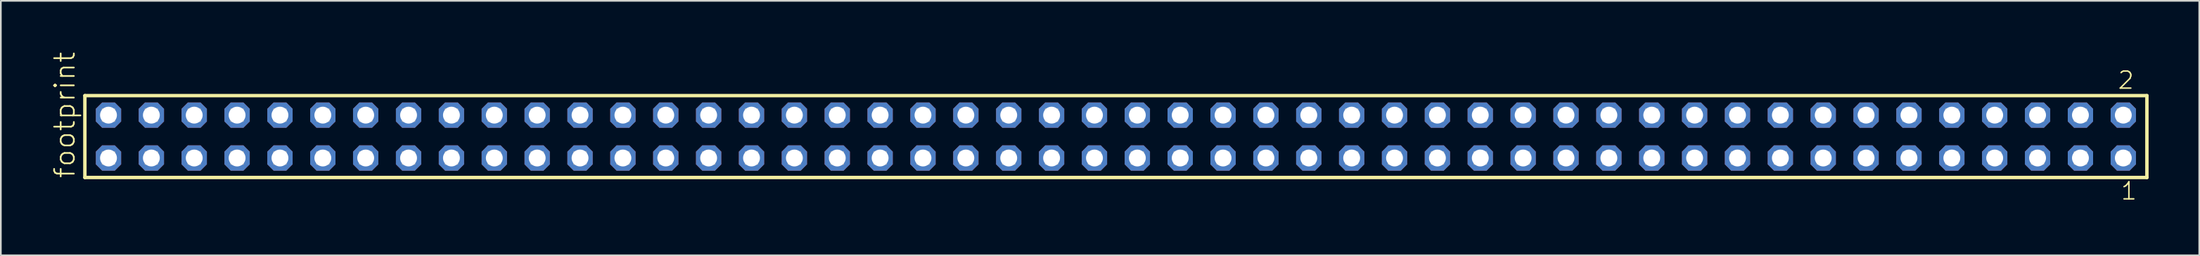
<source format=kicad_pcb>
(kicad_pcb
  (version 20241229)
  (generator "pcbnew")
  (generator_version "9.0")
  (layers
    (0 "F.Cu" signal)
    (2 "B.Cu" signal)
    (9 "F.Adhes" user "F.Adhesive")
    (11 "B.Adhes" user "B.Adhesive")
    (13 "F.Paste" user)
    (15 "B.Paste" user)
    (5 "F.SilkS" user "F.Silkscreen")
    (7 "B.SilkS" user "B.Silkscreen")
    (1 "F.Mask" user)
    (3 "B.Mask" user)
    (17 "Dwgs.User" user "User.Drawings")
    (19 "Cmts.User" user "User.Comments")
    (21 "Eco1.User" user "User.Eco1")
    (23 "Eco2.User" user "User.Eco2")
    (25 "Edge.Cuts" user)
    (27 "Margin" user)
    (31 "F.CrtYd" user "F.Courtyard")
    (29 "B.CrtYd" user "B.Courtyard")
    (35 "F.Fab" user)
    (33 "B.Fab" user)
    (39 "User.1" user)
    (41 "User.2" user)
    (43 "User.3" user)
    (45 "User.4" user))
  (footprint "footprint"
    (layer "F.Cu")
    (at 63.068 5.042)
    (property "Reference" "footprint" (at -61.595 2.54 90) (layer "F.SilkS") (effects (font (size 1.168 1.168) (thickness 0.102)) (justify left bottom)))
    (fp_line (start -61.089 -2.425) (end 61.089 -2.425) (stroke (width 0.203) (type solid)) (layer "F.SilkS"))
    (fp_line (start -61.089 2.425) (end -61.089 -2.425) (stroke (width 0.203) (type solid)) (layer "F.SilkS"))
    (fp_line (start 61.089 -2.425) (end 61.089 2.425) (stroke (width 0.203) (type solid)) (layer "F.SilkS"))
    (fp_line (start 61.089 2.425) (end -61.089 2.425) (stroke (width 0.203) (type solid)) (layer "F.SilkS"))
    (fp_poly (pts (xy -60.04 -0.92) (xy -59.34 -0.92) (xy -59.34 -1.62) (xy -60.04 -1.62)) (stroke (width 0.1) (type solid)) (fill no) (layer "F.Fab"))
    (fp_poly (pts (xy -60.04 1.62) (xy -59.34 1.62) (xy -59.34 0.92) (xy -60.04 0.92)) (stroke (width 0.1) (type solid)) (fill no) (layer "F.Fab"))
    (fp_poly (pts (xy -57.5 -0.92) (xy -56.8 -0.92) (xy -56.8 -1.62) (xy -57.5 -1.62)) (stroke (width 0.1) (type solid)) (fill no) (layer "F.Fab"))
    (fp_poly (pts (xy -57.5 1.62) (xy -56.8 1.62) (xy -56.8 0.92) (xy -57.5 0.92)) (stroke (width 0.1) (type solid)) (fill no) (layer "F.Fab"))
    (fp_poly (pts (xy -54.96 -0.92) (xy -54.26 -0.92) (xy -54.26 -1.62) (xy -54.96 -1.62)) (stroke (width 0.1) (type solid)) (fill no) (layer "F.Fab"))
    (fp_poly (pts (xy -54.96 1.62) (xy -54.26 1.62) (xy -54.26 0.92) (xy -54.96 0.92)) (stroke (width 0.1) (type solid)) (fill no) (layer "F.Fab"))
    (fp_poly (pts (xy -52.42 -0.92) (xy -51.72 -0.92) (xy -51.72 -1.62) (xy -52.42 -1.62)) (stroke (width 0.1) (type solid)) (fill no) (layer "F.Fab"))
    (fp_poly (pts (xy -52.42 1.62) (xy -51.72 1.62) (xy -51.72 0.92) (xy -52.42 0.92)) (stroke (width 0.1) (type solid)) (fill no) (layer "F.Fab"))
    (fp_poly (pts (xy -49.88 -0.92) (xy -49.18 -0.92) (xy -49.18 -1.62) (xy -49.88 -1.62)) (stroke (width 0.1) (type solid)) (fill no) (layer "F.Fab"))
    (fp_poly (pts (xy -49.88 1.62) (xy -49.18 1.62) (xy -49.18 0.92) (xy -49.88 0.92)) (stroke (width 0.1) (type solid)) (fill no) (layer "F.Fab"))
    (fp_poly (pts (xy -47.34 -0.92) (xy -46.64 -0.92) (xy -46.64 -1.62) (xy -47.34 -1.62)) (stroke (width 0.1) (type solid)) (fill no) (layer "F.Fab"))
    (fp_poly (pts (xy -47.34 1.62) (xy -46.64 1.62) (xy -46.64 0.92) (xy -47.34 0.92)) (stroke (width 0.1) (type solid)) (fill no) (layer "F.Fab"))
    (fp_poly (pts (xy -44.8 -0.92) (xy -44.1 -0.92) (xy -44.1 -1.62) (xy -44.8 -1.62)) (stroke (width 0.1) (type solid)) (fill no) (layer "F.Fab"))
    (fp_poly (pts (xy -44.8 1.62) (xy -44.1 1.62) (xy -44.1 0.92) (xy -44.8 0.92)) (stroke (width 0.1) (type solid)) (fill no) (layer "F.Fab"))
    (fp_poly (pts (xy -42.26 -0.92) (xy -41.56 -0.92) (xy -41.56 -1.62) (xy -42.26 -1.62)) (stroke (width 0.1) (type solid)) (fill no) (layer "F.Fab"))
    (fp_poly (pts (xy -42.26 1.62) (xy -41.56 1.62) (xy -41.56 0.92) (xy -42.26 0.92)) (stroke (width 0.1) (type solid)) (fill no) (layer "F.Fab"))
    (fp_poly (pts (xy -39.72 -0.92) (xy -39.02 -0.92) (xy -39.02 -1.62) (xy -39.72 -1.62)) (stroke (width 0.1) (type solid)) (fill no) (layer "F.Fab"))
    (fp_poly (pts (xy -39.72 1.62) (xy -39.02 1.62) (xy -39.02 0.92) (xy -39.72 0.92)) (stroke (width 0.1) (type solid)) (fill no) (layer "F.Fab"))
    (fp_poly (pts (xy -37.18 -0.92) (xy -36.48 -0.92) (xy -36.48 -1.62) (xy -37.18 -1.62)) (stroke (width 0.1) (type solid)) (fill no) (layer "F.Fab"))
    (fp_poly (pts (xy -37.18 1.62) (xy -36.48 1.62) (xy -36.48 0.92) (xy -37.18 0.92)) (stroke (width 0.1) (type solid)) (fill no) (layer "F.Fab"))
    (fp_poly (pts (xy -34.64 -0.92) (xy -33.94 -0.92) (xy -33.94 -1.62) (xy -34.64 -1.62)) (stroke (width 0.1) (type solid)) (fill no) (layer "F.Fab"))
    (fp_poly (pts (xy -34.64 1.62) (xy -33.94 1.62) (xy -33.94 0.92) (xy -34.64 0.92)) (stroke (width 0.1) (type solid)) (fill no) (layer "F.Fab"))
    (fp_poly (pts (xy -32.1 -0.92) (xy -31.4 -0.92) (xy -31.4 -1.62) (xy -32.1 -1.62)) (stroke (width 0.1) (type solid)) (fill no) (layer "F.Fab"))
    (fp_poly (pts (xy -32.1 1.62) (xy -31.4 1.62) (xy -31.4 0.92) (xy -32.1 0.92)) (stroke (width 0.1) (type solid)) (fill no) (layer "F.Fab"))
    (fp_poly (pts (xy -29.56 -0.92) (xy -28.86 -0.92) (xy -28.86 -1.62) (xy -29.56 -1.62)) (stroke (width 0.1) (type solid)) (fill no) (layer "F.Fab"))
    (fp_poly (pts (xy -29.56 1.62) (xy -28.86 1.62) (xy -28.86 0.92) (xy -29.56 0.92)) (stroke (width 0.1) (type solid)) (fill no) (layer "F.Fab"))
    (fp_poly (pts (xy -27.02 -0.92) (xy -26.32 -0.92) (xy -26.32 -1.62) (xy -27.02 -1.62)) (stroke (width 0.1) (type solid)) (fill no) (layer "F.Fab"))
    (fp_poly (pts (xy -27.02 1.62) (xy -26.32 1.62) (xy -26.32 0.92) (xy -27.02 0.92)) (stroke (width 0.1) (type solid)) (fill no) (layer "F.Fab"))
    (fp_poly (pts (xy -24.48 -0.92) (xy -23.78 -0.92) (xy -23.78 -1.62) (xy -24.48 -1.62)) (stroke (width 0.1) (type solid)) (fill no) (layer "F.Fab"))
    (fp_poly (pts (xy -24.48 1.62) (xy -23.78 1.62) (xy -23.78 0.92) (xy -24.48 0.92)) (stroke (width 0.1) (type solid)) (fill no) (layer "F.Fab"))
    (fp_poly (pts (xy -21.94 -0.92) (xy -21.24 -0.92) (xy -21.24 -1.62) (xy -21.94 -1.62)) (stroke (width 0.1) (type solid)) (fill no) (layer "F.Fab"))
    (fp_poly (pts (xy -21.94 1.62) (xy -21.24 1.62) (xy -21.24 0.92) (xy -21.94 0.92)) (stroke (width 0.1) (type solid)) (fill no) (layer "F.Fab"))
    (fp_poly (pts (xy -19.4 -0.92) (xy -18.7 -0.92) (xy -18.7 -1.62) (xy -19.4 -1.62)) (stroke (width 0.1) (type solid)) (fill no) (layer "F.Fab"))
    (fp_poly (pts (xy -19.4 1.62) (xy -18.7 1.62) (xy -18.7 0.92) (xy -19.4 0.92)) (stroke (width 0.1) (type solid)) (fill no) (layer "F.Fab"))
    (fp_poly (pts (xy -16.86 -0.92) (xy -16.16 -0.92) (xy -16.16 -1.62) (xy -16.86 -1.62)) (stroke (width 0.1) (type solid)) (fill no) (layer "F.Fab"))
    (fp_poly (pts (xy -16.86 1.62) (xy -16.16 1.62) (xy -16.16 0.92) (xy -16.86 0.92)) (stroke (width 0.1) (type solid)) (fill no) (layer "F.Fab"))
    (fp_poly (pts (xy -14.32 -0.92) (xy -13.62 -0.92) (xy -13.62 -1.62) (xy -14.32 -1.62)) (stroke (width 0.1) (type solid)) (fill no) (layer "F.Fab"))
    (fp_poly (pts (xy -14.32 1.62) (xy -13.62 1.62) (xy -13.62 0.92) (xy -14.32 0.92)) (stroke (width 0.1) (type solid)) (fill no) (layer "F.Fab"))
    (fp_poly (pts (xy -11.78 -0.92) (xy -11.08 -0.92) (xy -11.08 -1.62) (xy -11.78 -1.62)) (stroke (width 0.1) (type solid)) (fill no) (layer "F.Fab"))
    (fp_poly (pts (xy -11.78 1.62) (xy -11.08 1.62) (xy -11.08 0.92) (xy -11.78 0.92)) (stroke (width 0.1) (type solid)) (fill no) (layer "F.Fab"))
    (fp_poly (pts (xy -9.24 -0.92) (xy -8.54 -0.92) (xy -8.54 -1.62) (xy -9.24 -1.62)) (stroke (width 0.1) (type solid)) (fill no) (layer "F.Fab"))
    (fp_poly (pts (xy -9.24 1.62) (xy -8.54 1.62) (xy -8.54 0.92) (xy -9.24 0.92)) (stroke (width 0.1) (type solid)) (fill no) (layer "F.Fab"))
    (fp_poly (pts (xy -6.7 -0.92) (xy -6 -0.92) (xy -6 -1.62) (xy -6.7 -1.62)) (stroke (width 0.1) (type solid)) (fill no) (layer "F.Fab"))
    (fp_poly (pts (xy -6.7 1.62) (xy -6 1.62) (xy -6 0.92) (xy -6.7 0.92)) (stroke (width 0.1) (type solid)) (fill no) (layer "F.Fab"))
    (fp_poly (pts (xy -4.16 -0.92) (xy -3.46 -0.92) (xy -3.46 -1.62) (xy -4.16 -1.62)) (stroke (width 0.1) (type solid)) (fill no) (layer "F.Fab"))
    (fp_poly (pts (xy -4.16 1.62) (xy -3.46 1.62) (xy -3.46 0.92) (xy -4.16 0.92)) (stroke (width 0.1) (type solid)) (fill no) (layer "F.Fab"))
    (fp_poly (pts (xy -1.62 -0.92) (xy -0.92 -0.92) (xy -0.92 -1.62) (xy -1.62 -1.62)) (stroke (width 0.1) (type solid)) (fill no) (layer "F.Fab"))
    (fp_poly (pts (xy -1.62 1.62) (xy -0.92 1.62) (xy -0.92 0.92) (xy -1.62 0.92)) (stroke (width 0.1) (type solid)) (fill no) (layer "F.Fab"))
    (fp_poly (pts (xy 0.92 -0.92) (xy 1.62 -0.92) (xy 1.62 -1.62) (xy 0.92 -1.62)) (stroke (width 0.1) (type solid)) (fill no) (layer "F.Fab"))
    (fp_poly (pts (xy 0.92 1.62) (xy 1.62 1.62) (xy 1.62 0.92) (xy 0.92 0.92)) (stroke (width 0.1) (type solid)) (fill no) (layer "F.Fab"))
    (fp_poly (pts (xy 3.46 -0.92) (xy 4.16 -0.92) (xy 4.16 -1.62) (xy 3.46 -1.62)) (stroke (width 0.1) (type solid)) (fill no) (layer "F.Fab"))
    (fp_poly (pts (xy 3.46 1.62) (xy 4.16 1.62) (xy 4.16 0.92) (xy 3.46 0.92)) (stroke (width 0.1) (type solid)) (fill no) (layer "F.Fab"))
    (fp_poly (pts (xy 6 -0.92) (xy 6.7 -0.92) (xy 6.7 -1.62) (xy 6 -1.62)) (stroke (width 0.1) (type solid)) (fill no) (layer "F.Fab"))
    (fp_poly (pts (xy 6 1.62) (xy 6.7 1.62) (xy 6.7 0.92) (xy 6 0.92)) (stroke (width 0.1) (type solid)) (fill no) (layer "F.Fab"))
    (fp_poly (pts (xy 8.54 -0.92) (xy 9.24 -0.92) (xy 9.24 -1.62) (xy 8.54 -1.62)) (stroke (width 0.1) (type solid)) (fill no) (layer "F.Fab"))
    (fp_poly (pts (xy 8.54 1.62) (xy 9.24 1.62) (xy 9.24 0.92) (xy 8.54 0.92)) (stroke (width 0.1) (type solid)) (fill no) (layer "F.Fab"))
    (fp_poly (pts (xy 11.08 -0.92) (xy 11.78 -0.92) (xy 11.78 -1.62) (xy 11.08 -1.62)) (stroke (width 0.1) (type solid)) (fill no) (layer "F.Fab"))
    (fp_poly (pts (xy 11.08 1.62) (xy 11.78 1.62) (xy 11.78 0.92) (xy 11.08 0.92)) (stroke (width 0.1) (type solid)) (fill no) (layer "F.Fab"))
    (fp_poly (pts (xy 13.62 -0.92) (xy 14.32 -0.92) (xy 14.32 -1.62) (xy 13.62 -1.62)) (stroke (width 0.1) (type solid)) (fill no) (layer "F.Fab"))
    (fp_poly (pts (xy 13.62 1.62) (xy 14.32 1.62) (xy 14.32 0.92) (xy 13.62 0.92)) (stroke (width 0.1) (type solid)) (fill no) (layer "F.Fab"))
    (fp_poly (pts (xy 16.16 -0.92) (xy 16.86 -0.92) (xy 16.86 -1.62) (xy 16.16 -1.62)) (stroke (width 0.1) (type solid)) (fill no) (layer "F.Fab"))
    (fp_poly (pts (xy 16.16 1.62) (xy 16.86 1.62) (xy 16.86 0.92) (xy 16.16 0.92)) (stroke (width 0.1) (type solid)) (fill no) (layer "F.Fab"))
    (fp_poly (pts (xy 18.7 -0.92) (xy 19.4 -0.92) (xy 19.4 -1.62) (xy 18.7 -1.62)) (stroke (width 0.1) (type solid)) (fill no) (layer "F.Fab"))
    (fp_poly (pts (xy 18.7 1.62) (xy 19.4 1.62) (xy 19.4 0.92) (xy 18.7 0.92)) (stroke (width 0.1) (type solid)) (fill no) (layer "F.Fab"))
    (fp_poly (pts (xy 21.24 -0.92) (xy 21.94 -0.92) (xy 21.94 -1.62) (xy 21.24 -1.62)) (stroke (width 0.1) (type solid)) (fill no) (layer "F.Fab"))
    (fp_poly (pts (xy 21.24 1.62) (xy 21.94 1.62) (xy 21.94 0.92) (xy 21.24 0.92)) (stroke (width 0.1) (type solid)) (fill no) (layer "F.Fab"))
    (fp_poly (pts (xy 23.78 -0.92) (xy 24.48 -0.92) (xy 24.48 -1.62) (xy 23.78 -1.62)) (stroke (width 0.1) (type solid)) (fill no) (layer "F.Fab"))
    (fp_poly (pts (xy 23.78 1.62) (xy 24.48 1.62) (xy 24.48 0.92) (xy 23.78 0.92)) (stroke (width 0.1) (type solid)) (fill no) (layer "F.Fab"))
    (fp_poly (pts (xy 26.32 -0.92) (xy 27.02 -0.92) (xy 27.02 -1.62) (xy 26.32 -1.62)) (stroke (width 0.1) (type solid)) (fill no) (layer "F.Fab"))
    (fp_poly (pts (xy 26.32 1.62) (xy 27.02 1.62) (xy 27.02 0.92) (xy 26.32 0.92)) (stroke (width 0.1) (type solid)) (fill no) (layer "F.Fab"))
    (fp_poly (pts (xy 28.86 -0.92) (xy 29.56 -0.92) (xy 29.56 -1.62) (xy 28.86 -1.62)) (stroke (width 0.1) (type solid)) (fill no) (layer "F.Fab"))
    (fp_poly (pts (xy 28.86 1.62) (xy 29.56 1.62) (xy 29.56 0.92) (xy 28.86 0.92)) (stroke (width 0.1) (type solid)) (fill no) (layer "F.Fab"))
    (fp_poly (pts (xy 31.4 -0.92) (xy 32.1 -0.92) (xy 32.1 -1.62) (xy 31.4 -1.62)) (stroke (width 0.1) (type solid)) (fill no) (layer "F.Fab"))
    (fp_poly (pts (xy 31.4 1.62) (xy 32.1 1.62) (xy 32.1 0.92) (xy 31.4 0.92)) (stroke (width 0.1) (type solid)) (fill no) (layer "F.Fab"))
    (fp_poly (pts (xy 33.94 -0.92) (xy 34.64 -0.92) (xy 34.64 -1.62) (xy 33.94 -1.62)) (stroke (width 0.1) (type solid)) (fill no) (layer "F.Fab"))
    (fp_poly (pts (xy 33.94 1.62) (xy 34.64 1.62) (xy 34.64 0.92) (xy 33.94 0.92)) (stroke (width 0.1) (type solid)) (fill no) (layer "F.Fab"))
    (fp_poly (pts (xy 36.48 -0.92) (xy 37.18 -0.92) (xy 37.18 -1.62) (xy 36.48 -1.62)) (stroke (width 0.1) (type solid)) (fill no) (layer "F.Fab"))
    (fp_poly (pts (xy 36.48 1.62) (xy 37.18 1.62) (xy 37.18 0.92) (xy 36.48 0.92)) (stroke (width 0.1) (type solid)) (fill no) (layer "F.Fab"))
    (fp_poly (pts (xy 39.02 -0.92) (xy 39.72 -0.92) (xy 39.72 -1.62) (xy 39.02 -1.62)) (stroke (width 0.1) (type solid)) (fill no) (layer "F.Fab"))
    (fp_poly (pts (xy 39.02 1.62) (xy 39.72 1.62) (xy 39.72 0.92) (xy 39.02 0.92)) (stroke (width 0.1) (type solid)) (fill no) (layer "F.Fab"))
    (fp_poly (pts (xy 41.56 -0.92) (xy 42.26 -0.92) (xy 42.26 -1.62) (xy 41.56 -1.62)) (stroke (width 0.1) (type solid)) (fill no) (layer "F.Fab"))
    (fp_poly (pts (xy 41.56 1.62) (xy 42.26 1.62) (xy 42.26 0.92) (xy 41.56 0.92)) (stroke (width 0.1) (type solid)) (fill no) (layer "F.Fab"))
    (fp_poly (pts (xy 44.1 -0.92) (xy 44.8 -0.92) (xy 44.8 -1.62) (xy 44.1 -1.62)) (stroke (width 0.1) (type solid)) (fill no) (layer "F.Fab"))
    (fp_poly (pts (xy 44.1 1.62) (xy 44.8 1.62) (xy 44.8 0.92) (xy 44.1 0.92)) (stroke (width 0.1) (type solid)) (fill no) (layer "F.Fab"))
    (fp_poly (pts (xy 46.64 -0.92) (xy 47.34 -0.92) (xy 47.34 -1.62) (xy 46.64 -1.62)) (stroke (width 0.1) (type solid)) (fill no) (layer "F.Fab"))
    (fp_poly (pts (xy 46.64 1.62) (xy 47.34 1.62) (xy 47.34 0.92) (xy 46.64 0.92)) (stroke (width 0.1) (type solid)) (fill no) (layer "F.Fab"))
    (fp_poly (pts (xy 49.18 -0.92) (xy 49.88 -0.92) (xy 49.88 -1.62) (xy 49.18 -1.62)) (stroke (width 0.1) (type solid)) (fill no) (layer "F.Fab"))
    (fp_poly (pts (xy 49.18 1.62) (xy 49.88 1.62) (xy 49.88 0.92) (xy 49.18 0.92)) (stroke (width 0.1) (type solid)) (fill no) (layer "F.Fab"))
    (fp_poly (pts (xy 51.72 -0.92) (xy 52.42 -0.92) (xy 52.42 -1.62) (xy 51.72 -1.62)) (stroke (width 0.1) (type solid)) (fill no) (layer "F.Fab"))
    (fp_poly (pts (xy 51.72 1.62) (xy 52.42 1.62) (xy 52.42 0.92) (xy 51.72 0.92)) (stroke (width 0.1) (type solid)) (fill no) (layer "F.Fab"))
    (fp_poly (pts (xy 54.26 -0.92) (xy 54.96 -0.92) (xy 54.96 -1.62) (xy 54.26 -1.62)) (stroke (width 0.1) (type solid)) (fill no) (layer "F.Fab"))
    (fp_poly (pts (xy 54.26 1.62) (xy 54.96 1.62) (xy 54.96 0.92) (xy 54.26 0.92)) (stroke (width 0.1) (type solid)) (fill no) (layer "F.Fab"))
    (fp_poly (pts (xy 56.8 -0.92) (xy 57.5 -0.92) (xy 57.5 -1.62) (xy 56.8 -1.62)) (stroke (width 0.1) (type solid)) (fill no) (layer "F.Fab"))
    (fp_poly (pts (xy 56.8 1.62) (xy 57.5 1.62) (xy 57.5 0.92) (xy 56.8 0.92)) (stroke (width 0.1) (type solid)) (fill no) (layer "F.Fab"))
    (fp_poly (pts (xy 59.34 -0.92) (xy 60.04 -0.92) (xy 60.04 -1.62) (xy 59.34 -1.62)) (stroke (width 0.1) (type solid)) (fill no) (layer "F.Fab"))
    (fp_poly (pts (xy 59.34 1.62) (xy 60.04 1.62) (xy 60.04 0.92) (xy 59.34 0.92)) (stroke (width 0.1) (type solid)) (fill no) (layer "F.Fab"))
    (fp_text user "2" (at 59.307 -2.744 0) (layer "F.SilkS") (effects (font (size 1.012 1.012) (thickness 0.088)) (justify left bottom)))
    (fp_text user "1" (at 59.482 3.818 0) (layer "F.SilkS") (effects (font (size 1.012 1.012) (thickness 0.088)) (justify left bottom)))
    (pad "1" thru_hole roundrect (at 59.69 1.27 180) (size 1.5 1.5) (drill 1) (layers "*.Cu" "*.Mask") (roundrect_rratio 0.25) (chamfer_ratio 0.25) (chamfer top_left top_right bottom_left bottom_right))
    (pad "2" thru_hole roundrect (at 59.69 -1.27 180) (size 1.5 1.5) (drill 1) (layers "*.Cu" "*.Mask") (roundrect_rratio 0.25) (chamfer_ratio 0.25) (chamfer top_left top_right bottom_left bottom_right))
    (pad "3" thru_hole roundrect (at 57.15 1.27 180) (size 1.5 1.5) (drill 1) (layers "*.Cu" "*.Mask") (roundrect_rratio 0.25) (chamfer_ratio 0.25) (chamfer top_left top_right bottom_left bottom_right))
    (pad "4" thru_hole roundrect (at 57.15 -1.27 180) (size 1.5 1.5) (drill 1) (layers "*.Cu" "*.Mask") (roundrect_rratio 0.25) (chamfer_ratio 0.25) (chamfer top_left top_right bottom_left bottom_right))
    (pad "5" thru_hole roundrect (at 54.61 1.27 180) (size 1.5 1.5) (drill 1) (layers "*.Cu" "*.Mask") (roundrect_rratio 0.25) (chamfer_ratio 0.25) (chamfer top_left top_right bottom_left bottom_right))
    (pad "6" thru_hole roundrect (at 54.61 -1.27 180) (size 1.5 1.5) (drill 1) (layers "*.Cu" "*.Mask") (roundrect_rratio 0.25) (chamfer_ratio 0.25) (chamfer top_left top_right bottom_left bottom_right))
    (pad "7" thru_hole roundrect (at 52.07 1.27 180) (size 1.5 1.5) (drill 1) (layers "*.Cu" "*.Mask") (roundrect_rratio 0.25) (chamfer_ratio 0.25) (chamfer top_left top_right bottom_left bottom_right))
    (pad "8" thru_hole roundrect (at 52.07 -1.27 180) (size 1.5 1.5) (drill 1) (layers "*.Cu" "*.Mask") (roundrect_rratio 0.25) (chamfer_ratio 0.25) (chamfer top_left top_right bottom_left bottom_right))
    (pad "9" thru_hole roundrect (at 49.53 1.27 180) (size 1.5 1.5) (drill 1) (layers "*.Cu" "*.Mask") (roundrect_rratio 0.25) (chamfer_ratio 0.25) (chamfer top_left top_right bottom_left bottom_right))
    (pad "10" thru_hole roundrect (at 49.53 -1.27 180) (size 1.5 1.5) (drill 1) (layers "*.Cu" "*.Mask") (roundrect_rratio 0.25) (chamfer_ratio 0.25) (chamfer top_left top_right bottom_left bottom_right))
    (pad "11" thru_hole roundrect (at 46.99 1.27 180) (size 1.5 1.5) (drill 1) (layers "*.Cu" "*.Mask") (roundrect_rratio 0.25) (chamfer_ratio 0.25) (chamfer top_left top_right bottom_left bottom_right))
    (pad "12" thru_hole roundrect (at 46.99 -1.27 180) (size 1.5 1.5) (drill 1) (layers "*.Cu" "*.Mask") (roundrect_rratio 0.25) (chamfer_ratio 0.25) (chamfer top_left top_right bottom_left bottom_right))
    (pad "13" thru_hole roundrect (at 44.45 1.27 180) (size 1.5 1.5) (drill 1) (layers "*.Cu" "*.Mask") (roundrect_rratio 0.25) (chamfer_ratio 0.25) (chamfer top_left top_right bottom_left bottom_right))
    (pad "14" thru_hole roundrect (at 44.45 -1.27 180) (size 1.5 1.5) (drill 1) (layers "*.Cu" "*.Mask") (roundrect_rratio 0.25) (chamfer_ratio 0.25) (chamfer top_left top_right bottom_left bottom_right))
    (pad "15" thru_hole roundrect (at 41.91 1.27 180) (size 1.5 1.5) (drill 1) (layers "*.Cu" "*.Mask") (roundrect_rratio 0.25) (chamfer_ratio 0.25) (chamfer top_left top_right bottom_left bottom_right))
    (pad "16" thru_hole roundrect (at 41.91 -1.27 180) (size 1.5 1.5) (drill 1) (layers "*.Cu" "*.Mask") (roundrect_rratio 0.25) (chamfer_ratio 0.25) (chamfer top_left top_right bottom_left bottom_right))
    (pad "17" thru_hole roundrect (at 39.37 1.27 180) (size 1.5 1.5) (drill 1) (layers "*.Cu" "*.Mask") (roundrect_rratio 0.25) (chamfer_ratio 0.25) (chamfer top_left top_right bottom_left bottom_right))
    (pad "18" thru_hole roundrect (at 39.37 -1.27 180) (size 1.5 1.5) (drill 1) (layers "*.Cu" "*.Mask") (roundrect_rratio 0.25) (chamfer_ratio 0.25) (chamfer top_left top_right bottom_left bottom_right))
    (pad "19" thru_hole roundrect (at 36.83 1.27 180) (size 1.5 1.5) (drill 1) (layers "*.Cu" "*.Mask") (roundrect_rratio 0.25) (chamfer_ratio 0.25) (chamfer top_left top_right bottom_left bottom_right))
    (pad "20" thru_hole roundrect (at 36.83 -1.27 180) (size 1.5 1.5) (drill 1) (layers "*.Cu" "*.Mask") (roundrect_rratio 0.25) (chamfer_ratio 0.25) (chamfer top_left top_right bottom_left bottom_right))
    (pad "21" thru_hole roundrect (at 34.29 1.27 180) (size 1.5 1.5) (drill 1) (layers "*.Cu" "*.Mask") (roundrect_rratio 0.25) (chamfer_ratio 0.25) (chamfer top_left top_right bottom_left bottom_right))
    (pad "22" thru_hole roundrect (at 34.29 -1.27 180) (size 1.5 1.5) (drill 1) (layers "*.Cu" "*.Mask") (roundrect_rratio 0.25) (chamfer_ratio 0.25) (chamfer top_left top_right bottom_left bottom_right))
    (pad "23" thru_hole roundrect (at 31.75 1.27 180) (size 1.5 1.5) (drill 1) (layers "*.Cu" "*.Mask") (roundrect_rratio 0.25) (chamfer_ratio 0.25) (chamfer top_left top_right bottom_left bottom_right))
    (pad "24" thru_hole roundrect (at 31.75 -1.27 180) (size 1.5 1.5) (drill 1) (layers "*.Cu" "*.Mask") (roundrect_rratio 0.25) (chamfer_ratio 0.25) (chamfer top_left top_right bottom_left bottom_right))
    (pad "25" thru_hole roundrect (at 29.21 1.27 180) (size 1.5 1.5) (drill 1) (layers "*.Cu" "*.Mask") (roundrect_rratio 0.25) (chamfer_ratio 0.25) (chamfer top_left top_right bottom_left bottom_right))
    (pad "26" thru_hole roundrect (at 29.21 -1.27 180) (size 1.5 1.5) (drill 1) (layers "*.Cu" "*.Mask") (roundrect_rratio 0.25) (chamfer_ratio 0.25) (chamfer top_left top_right bottom_left bottom_right))
    (pad "27" thru_hole roundrect (at 26.67 1.27 180) (size 1.5 1.5) (drill 1) (layers "*.Cu" "*.Mask") (roundrect_rratio 0.25) (chamfer_ratio 0.25) (chamfer top_left top_right bottom_left bottom_right))
    (pad "28" thru_hole roundrect (at 26.67 -1.27 180) (size 1.5 1.5) (drill 1) (layers "*.Cu" "*.Mask") (roundrect_rratio 0.25) (chamfer_ratio 0.25) (chamfer top_left top_right bottom_left bottom_right))
    (pad "29" thru_hole roundrect (at 24.13 1.27 180) (size 1.5 1.5) (drill 1) (layers "*.Cu" "*.Mask") (roundrect_rratio 0.25) (chamfer_ratio 0.25) (chamfer top_left top_right bottom_left bottom_right))
    (pad "30" thru_hole roundrect (at 24.13 -1.27 180) (size 1.5 1.5) (drill 1) (layers "*.Cu" "*.Mask") (roundrect_rratio 0.25) (chamfer_ratio 0.25) (chamfer top_left top_right bottom_left bottom_right))
    (pad "31" thru_hole roundrect (at 21.59 1.27 180) (size 1.5 1.5) (drill 1) (layers "*.Cu" "*.Mask") (roundrect_rratio 0.25) (chamfer_ratio 0.25) (chamfer top_left top_right bottom_left bottom_right))
    (pad "32" thru_hole roundrect (at 21.59 -1.27 180) (size 1.5 1.5) (drill 1) (layers "*.Cu" "*.Mask") (roundrect_rratio 0.25) (chamfer_ratio 0.25) (chamfer top_left top_right bottom_left bottom_right))
    (pad "33" thru_hole roundrect (at 19.05 1.27 180) (size 1.5 1.5) (drill 1) (layers "*.Cu" "*.Mask") (roundrect_rratio 0.25) (chamfer_ratio 0.25) (chamfer top_left top_right bottom_left bottom_right))
    (pad "34" thru_hole roundrect (at 19.05 -1.27 180) (size 1.5 1.5) (drill 1) (layers "*.Cu" "*.Mask") (roundrect_rratio 0.25) (chamfer_ratio 0.25) (chamfer top_left top_right bottom_left bottom_right))
    (pad "35" thru_hole roundrect (at 16.51 1.27 180) (size 1.5 1.5) (drill 1) (layers "*.Cu" "*.Mask") (roundrect_rratio 0.25) (chamfer_ratio 0.25) (chamfer top_left top_right bottom_left bottom_right))
    (pad "36" thru_hole roundrect (at 16.51 -1.27 180) (size 1.5 1.5) (drill 1) (layers "*.Cu" "*.Mask") (roundrect_rratio 0.25) (chamfer_ratio 0.25) (chamfer top_left top_right bottom_left bottom_right))
    (pad "37" thru_hole roundrect (at 13.97 1.27 180) (size 1.5 1.5) (drill 1) (layers "*.Cu" "*.Mask") (roundrect_rratio 0.25) (chamfer_ratio 0.25) (chamfer top_left top_right bottom_left bottom_right))
    (pad "38" thru_hole roundrect (at 13.97 -1.27 180) (size 1.5 1.5) (drill 1) (layers "*.Cu" "*.Mask") (roundrect_rratio 0.25) (chamfer_ratio 0.25) (chamfer top_left top_right bottom_left bottom_right))
    (pad "39" thru_hole roundrect (at 11.43 1.27 180) (size 1.5 1.5) (drill 1) (layers "*.Cu" "*.Mask") (roundrect_rratio 0.25) (chamfer_ratio 0.25) (chamfer top_left top_right bottom_left bottom_right))
    (pad "40" thru_hole roundrect (at 11.43 -1.27 180) (size 1.5 1.5) (drill 1) (layers "*.Cu" "*.Mask") (roundrect_rratio 0.25) (chamfer_ratio 0.25) (chamfer top_left top_right bottom_left bottom_right))
    (pad "41" thru_hole roundrect (at 8.89 1.27 180) (size 1.5 1.5) (drill 1) (layers "*.Cu" "*.Mask") (roundrect_rratio 0.25) (chamfer_ratio 0.25) (chamfer top_left top_right bottom_left bottom_right))
    (pad "42" thru_hole roundrect (at 8.89 -1.27 180) (size 1.5 1.5) (drill 1) (layers "*.Cu" "*.Mask") (roundrect_rratio 0.25) (chamfer_ratio 0.25) (chamfer top_left top_right bottom_left bottom_right))
    (pad "43" thru_hole roundrect (at 6.35 1.27 180) (size 1.5 1.5) (drill 1) (layers "*.Cu" "*.Mask") (roundrect_rratio 0.25) (chamfer_ratio 0.25) (chamfer top_left top_right bottom_left bottom_right))
    (pad "44" thru_hole roundrect (at 6.35 -1.27 180) (size 1.5 1.5) (drill 1) (layers "*.Cu" "*.Mask") (roundrect_rratio 0.25) (chamfer_ratio 0.25) (chamfer top_left top_right bottom_left bottom_right))
    (pad "45" thru_hole roundrect (at 3.81 1.27 180) (size 1.5 1.5) (drill 1) (layers "*.Cu" "*.Mask") (roundrect_rratio 0.25) (chamfer_ratio 0.25) (chamfer top_left top_right bottom_left bottom_right))
    (pad "46" thru_hole roundrect (at 3.81 -1.27 180) (size 1.5 1.5) (drill 1) (layers "*.Cu" "*.Mask") (roundrect_rratio 0.25) (chamfer_ratio 0.25) (chamfer top_left top_right bottom_left bottom_right))
    (pad "47" thru_hole roundrect (at 1.27 1.27 180) (size 1.5 1.5) (drill 1) (layers "*.Cu" "*.Mask") (roundrect_rratio 0.25) (chamfer_ratio 0.25) (chamfer top_left top_right bottom_left bottom_right))
    (pad "48" thru_hole roundrect (at 1.27 -1.27 180) (size 1.5 1.5) (drill 1) (layers "*.Cu" "*.Mask") (roundrect_rratio 0.25) (chamfer_ratio 0.25) (chamfer top_left top_right bottom_left bottom_right))
    (pad "49" thru_hole roundrect (at -1.27 1.27 180) (size 1.5 1.5) (drill 1) (layers "*.Cu" "*.Mask") (roundrect_rratio 0.25) (chamfer_ratio 0.25) (chamfer top_left top_right bottom_left bottom_right))
    (pad "50" thru_hole roundrect (at -1.27 -1.27 180) (size 1.5 1.5) (drill 1) (layers "*.Cu" "*.Mask") (roundrect_rratio 0.25) (chamfer_ratio 0.25) (chamfer top_left top_right bottom_left bottom_right))
    (pad "51" thru_hole roundrect (at -3.81 1.27 180) (size 1.5 1.5) (drill 1) (layers "*.Cu" "*.Mask") (roundrect_rratio 0.25) (chamfer_ratio 0.25) (chamfer top_left top_right bottom_left bottom_right))
    (pad "52" thru_hole roundrect (at -3.81 -1.27 180) (size 1.5 1.5) (drill 1) (layers "*.Cu" "*.Mask") (roundrect_rratio 0.25) (chamfer_ratio 0.25) (chamfer top_left top_right bottom_left bottom_right))
    (pad "53" thru_hole roundrect (at -6.35 1.27 180) (size 1.5 1.5) (drill 1) (layers "*.Cu" "*.Mask") (roundrect_rratio 0.25) (chamfer_ratio 0.25) (chamfer top_left top_right bottom_left bottom_right))
    (pad "54" thru_hole roundrect (at -6.35 -1.27 180) (size 1.5 1.5) (drill 1) (layers "*.Cu" "*.Mask") (roundrect_rratio 0.25) (chamfer_ratio 0.25) (chamfer top_left top_right bottom_left bottom_right))
    (pad "55" thru_hole roundrect (at -8.89 1.27 180) (size 1.5 1.5) (drill 1) (layers "*.Cu" "*.Mask") (roundrect_rratio 0.25) (chamfer_ratio 0.25) (chamfer top_left top_right bottom_left bottom_right))
    (pad "56" thru_hole roundrect (at -8.89 -1.27 180) (size 1.5 1.5) (drill 1) (layers "*.Cu" "*.Mask") (roundrect_rratio 0.25) (chamfer_ratio 0.25) (chamfer top_left top_right bottom_left bottom_right))
    (pad "57" thru_hole roundrect (at -11.43 1.27 180) (size 1.5 1.5) (drill 1) (layers "*.Cu" "*.Mask") (roundrect_rratio 0.25) (chamfer_ratio 0.25) (chamfer top_left top_right bottom_left bottom_right))
    (pad "58" thru_hole roundrect (at -11.43 -1.27 180) (size 1.5 1.5) (drill 1) (layers "*.Cu" "*.Mask") (roundrect_rratio 0.25) (chamfer_ratio 0.25) (chamfer top_left top_right bottom_left bottom_right))
    (pad "59" thru_hole roundrect (at -13.97 1.27 180) (size 1.5 1.5) (drill 1) (layers "*.Cu" "*.Mask") (roundrect_rratio 0.25) (chamfer_ratio 0.25) (chamfer top_left top_right bottom_left bottom_right))
    (pad "60" thru_hole roundrect (at -13.97 -1.27 180) (size 1.5 1.5) (drill 1) (layers "*.Cu" "*.Mask") (roundrect_rratio 0.25) (chamfer_ratio 0.25) (chamfer top_left top_right bottom_left bottom_right))
    (pad "61" thru_hole roundrect (at -16.51 1.27 180) (size 1.5 1.5) (drill 1) (layers "*.Cu" "*.Mask") (roundrect_rratio 0.25) (chamfer_ratio 0.25) (chamfer top_left top_right bottom_left bottom_right))
    (pad "62" thru_hole roundrect (at -16.51 -1.27 180) (size 1.5 1.5) (drill 1) (layers "*.Cu" "*.Mask") (roundrect_rratio 0.25) (chamfer_ratio 0.25) (chamfer top_left top_right bottom_left bottom_right))
    (pad "63" thru_hole roundrect (at -19.05 1.27 180) (size 1.5 1.5) (drill 1) (layers "*.Cu" "*.Mask") (roundrect_rratio 0.25) (chamfer_ratio 0.25) (chamfer top_left top_right bottom_left bottom_right))
    (pad "64" thru_hole roundrect (at -19.05 -1.27 180) (size 1.5 1.5) (drill 1) (layers "*.Cu" "*.Mask") (roundrect_rratio 0.25) (chamfer_ratio 0.25) (chamfer top_left top_right bottom_left bottom_right))
    (pad "65" thru_hole roundrect (at -21.59 1.27 180) (size 1.5 1.5) (drill 1) (layers "*.Cu" "*.Mask") (roundrect_rratio 0.25) (chamfer_ratio 0.25) (chamfer top_left top_right bottom_left bottom_right))
    (pad "66" thru_hole roundrect (at -21.59 -1.27 180) (size 1.5 1.5) (drill 1) (layers "*.Cu" "*.Mask") (roundrect_rratio 0.25) (chamfer_ratio 0.25) (chamfer top_left top_right bottom_left bottom_right))
    (pad "67" thru_hole roundrect (at -24.13 1.27 180) (size 1.5 1.5) (drill 1) (layers "*.Cu" "*.Mask") (roundrect_rratio 0.25) (chamfer_ratio 0.25) (chamfer top_left top_right bottom_left bottom_right))
    (pad "68" thru_hole roundrect (at -24.13 -1.27 180) (size 1.5 1.5) (drill 1) (layers "*.Cu" "*.Mask") (roundrect_rratio 0.25) (chamfer_ratio 0.25) (chamfer top_left top_right bottom_left bottom_right))
    (pad "69" thru_hole roundrect (at -26.67 1.27 180) (size 1.5 1.5) (drill 1) (layers "*.Cu" "*.Mask") (roundrect_rratio 0.25) (chamfer_ratio 0.25) (chamfer top_left top_right bottom_left bottom_right))
    (pad "70" thru_hole roundrect (at -26.67 -1.27 180) (size 1.5 1.5) (drill 1) (layers "*.Cu" "*.Mask") (roundrect_rratio 0.25) (chamfer_ratio 0.25) (chamfer top_left top_right bottom_left bottom_right))
    (pad "71" thru_hole roundrect (at -29.21 1.27 180) (size 1.5 1.5) (drill 1) (layers "*.Cu" "*.Mask") (roundrect_rratio 0.25) (chamfer_ratio 0.25) (chamfer top_left top_right bottom_left bottom_right))
    (pad "72" thru_hole roundrect (at -29.21 -1.27 180) (size 1.5 1.5) (drill 1) (layers "*.Cu" "*.Mask") (roundrect_rratio 0.25) (chamfer_ratio 0.25) (chamfer top_left top_right bottom_left bottom_right))
    (pad "73" thru_hole roundrect (at -31.75 1.27 180) (size 1.5 1.5) (drill 1) (layers "*.Cu" "*.Mask") (roundrect_rratio 0.25) (chamfer_ratio 0.25) (chamfer top_left top_right bottom_left bottom_right))
    (pad "74" thru_hole roundrect (at -31.75 -1.27 180) (size 1.5 1.5) (drill 1) (layers "*.Cu" "*.Mask") (roundrect_rratio 0.25) (chamfer_ratio 0.25) (chamfer top_left top_right bottom_left bottom_right))
    (pad "75" thru_hole roundrect (at -34.29 1.27 180) (size 1.5 1.5) (drill 1) (layers "*.Cu" "*.Mask") (roundrect_rratio 0.25) (chamfer_ratio 0.25) (chamfer top_left top_right bottom_left bottom_right))
    (pad "76" thru_hole roundrect (at -34.29 -1.27 180) (size 1.5 1.5) (drill 1) (layers "*.Cu" "*.Mask") (roundrect_rratio 0.25) (chamfer_ratio 0.25) (chamfer top_left top_right bottom_left bottom_right))
    (pad "77" thru_hole roundrect (at -36.83 1.27 180) (size 1.5 1.5) (drill 1) (layers "*.Cu" "*.Mask") (roundrect_rratio 0.25) (chamfer_ratio 0.25) (chamfer top_left top_right bottom_left bottom_right))
    (pad "78" thru_hole roundrect (at -36.83 -1.27 180) (size 1.5 1.5) (drill 1) (layers "*.Cu" "*.Mask") (roundrect_rratio 0.25) (chamfer_ratio 0.25) (chamfer top_left top_right bottom_left bottom_right))
    (pad "79" thru_hole roundrect (at -39.37 1.27 180) (size 1.5 1.5) (drill 1) (layers "*.Cu" "*.Mask") (roundrect_rratio 0.25) (chamfer_ratio 0.25) (chamfer top_left top_right bottom_left bottom_right))
    (pad "80" thru_hole roundrect (at -39.37 -1.27 180) (size 1.5 1.5) (drill 1) (layers "*.Cu" "*.Mask") (roundrect_rratio 0.25) (chamfer_ratio 0.25) (chamfer top_left top_right bottom_left bottom_right))
    (pad "81" thru_hole roundrect (at -41.91 1.27 180) (size 1.5 1.5) (drill 1) (layers "*.Cu" "*.Mask") (roundrect_rratio 0.25) (chamfer_ratio 0.25) (chamfer top_left top_right bottom_left bottom_right))
    (pad "82" thru_hole roundrect (at -41.91 -1.27 180) (size 1.5 1.5) (drill 1) (layers "*.Cu" "*.Mask") (roundrect_rratio 0.25) (chamfer_ratio 0.25) (chamfer top_left top_right bottom_left bottom_right))
    (pad "83" thru_hole roundrect (at -44.45 1.27 180) (size 1.5 1.5) (drill 1) (layers "*.Cu" "*.Mask") (roundrect_rratio 0.25) (chamfer_ratio 0.25) (chamfer top_left top_right bottom_left bottom_right))
    (pad "84" thru_hole roundrect (at -44.45 -1.27 180) (size 1.5 1.5) (drill 1) (layers "*.Cu" "*.Mask") (roundrect_rratio 0.25) (chamfer_ratio 0.25) (chamfer top_left top_right bottom_left bottom_right))
    (pad "85" thru_hole roundrect (at -46.99 1.27 180) (size 1.5 1.5) (drill 1) (layers "*.Cu" "*.Mask") (roundrect_rratio 0.25) (chamfer_ratio 0.25) (chamfer top_left top_right bottom_left bottom_right))
    (pad "86" thru_hole roundrect (at -46.99 -1.27 180) (size 1.5 1.5) (drill 1) (layers "*.Cu" "*.Mask") (roundrect_rratio 0.25) (chamfer_ratio 0.25) (chamfer top_left top_right bottom_left bottom_right))
    (pad "87" thru_hole roundrect (at -49.53 1.27 180) (size 1.5 1.5) (drill 1) (layers "*.Cu" "*.Mask") (roundrect_rratio 0.25) (chamfer_ratio 0.25) (chamfer top_left top_right bottom_left bottom_right))
    (pad "88" thru_hole roundrect (at -49.53 -1.27 180) (size 1.5 1.5) (drill 1) (layers "*.Cu" "*.Mask") (roundrect_rratio 0.25) (chamfer_ratio 0.25) (chamfer top_left top_right bottom_left bottom_right))
    (pad "89" thru_hole roundrect (at -52.07 1.27 180) (size 1.5 1.5) (drill 1) (layers "*.Cu" "*.Mask") (roundrect_rratio 0.25) (chamfer_ratio 0.25) (chamfer top_left top_right bottom_left bottom_right))
    (pad "90" thru_hole roundrect (at -52.07 -1.27 180) (size 1.5 1.5) (drill 1) (layers "*.Cu" "*.Mask") (roundrect_rratio 0.25) (chamfer_ratio 0.25) (chamfer top_left top_right bottom_left bottom_right))
    (pad "91" thru_hole roundrect (at -54.61 1.27 180) (size 1.5 1.5) (drill 1) (layers "*.Cu" "*.Mask") (roundrect_rratio 0.25) (chamfer_ratio 0.25) (chamfer top_left top_right bottom_left bottom_right))
    (pad "92" thru_hole roundrect (at -54.61 -1.27 180) (size 1.5 1.5) (drill 1) (layers "*.Cu" "*.Mask") (roundrect_rratio 0.25) (chamfer_ratio 0.25) (chamfer top_left top_right bottom_left bottom_right))
    (pad "93" thru_hole roundrect (at -57.15 1.27 180) (size 1.5 1.5) (drill 1) (layers "*.Cu" "*.Mask") (roundrect_rratio 0.25) (chamfer_ratio 0.25) (chamfer top_left top_right bottom_left bottom_right))
    (pad "94" thru_hole roundrect (at -57.15 -1.27 180) (size 1.5 1.5) (drill 1) (layers "*.Cu" "*.Mask") (roundrect_rratio 0.25) (chamfer_ratio 0.25) (chamfer top_left top_right bottom_left bottom_right))
    (pad "95" thru_hole roundrect (at -59.69 1.27 180) (size 1.5 1.5) (drill 1) (layers "*.Cu" "*.Mask") (roundrect_rratio 0.25) (chamfer_ratio 0.25) (chamfer top_left top_right bottom_left bottom_right))
    (pad "96" thru_hole roundrect (at -59.69 -1.27 180) (size 1.5 1.5) (drill 1) (layers "*.Cu" "*.Mask") (roundrect_rratio 0.25) (chamfer_ratio 0.25) (chamfer top_left top_right bottom_left bottom_right)))
  (gr_rect
    (start -3 -3)
    (end 127.259 12.077)
    (stroke (width 0.1) (type default))
    (fill no)
    (layer "Edge.Cuts")))
</source>
